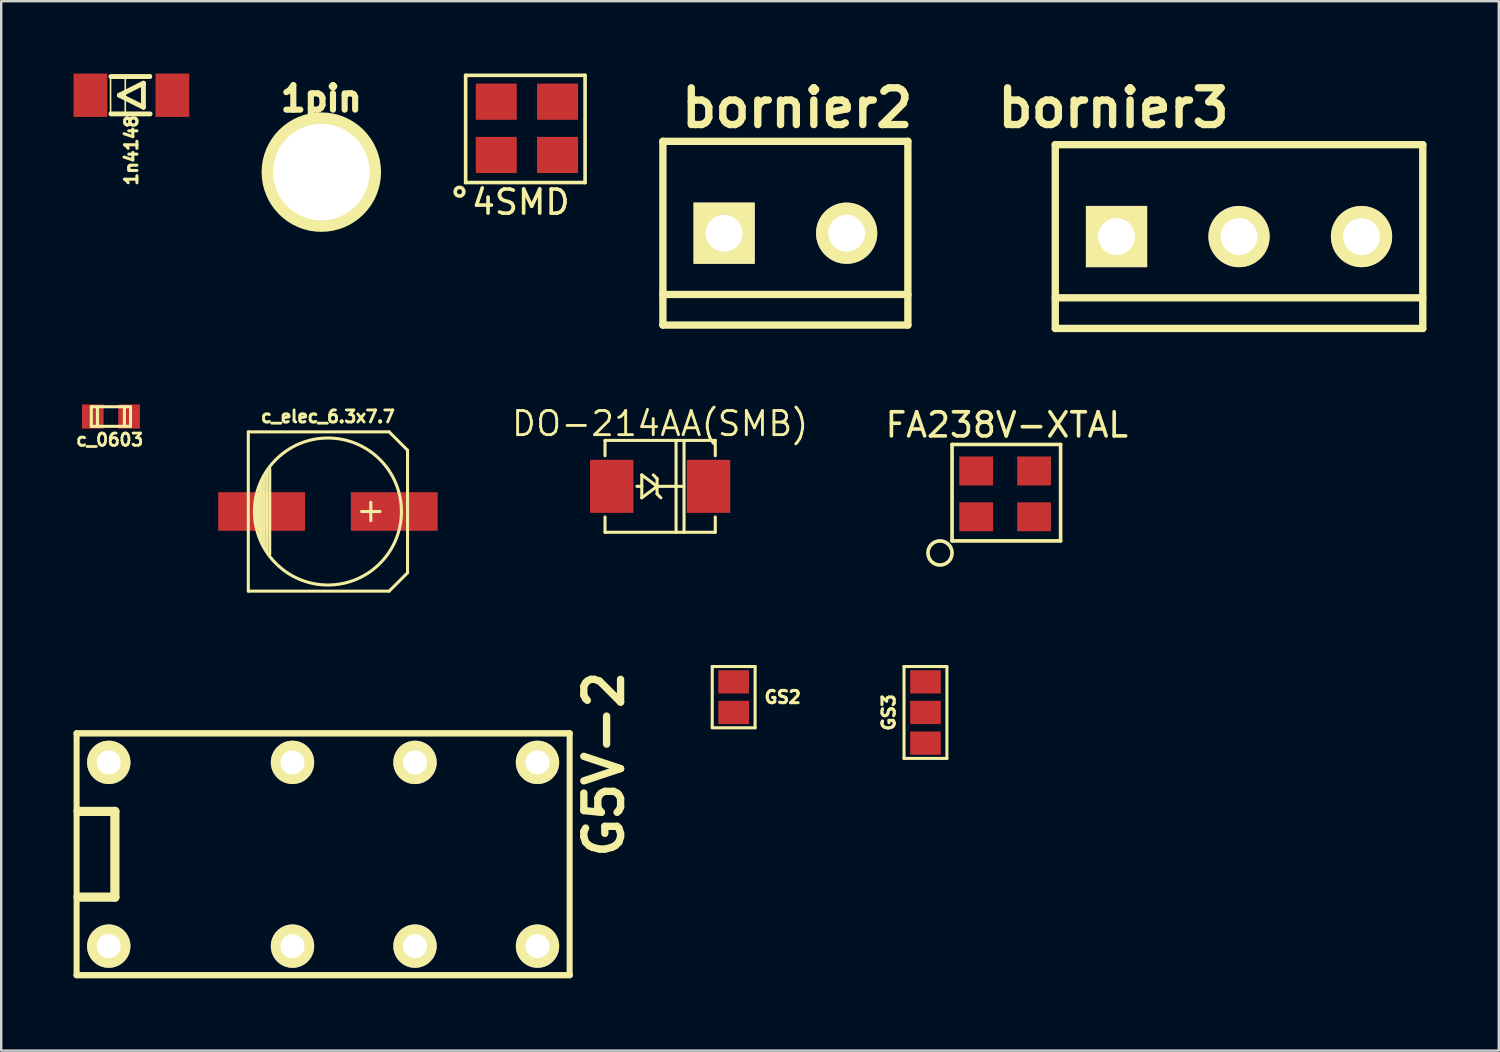
<source format=kicad_pcb>
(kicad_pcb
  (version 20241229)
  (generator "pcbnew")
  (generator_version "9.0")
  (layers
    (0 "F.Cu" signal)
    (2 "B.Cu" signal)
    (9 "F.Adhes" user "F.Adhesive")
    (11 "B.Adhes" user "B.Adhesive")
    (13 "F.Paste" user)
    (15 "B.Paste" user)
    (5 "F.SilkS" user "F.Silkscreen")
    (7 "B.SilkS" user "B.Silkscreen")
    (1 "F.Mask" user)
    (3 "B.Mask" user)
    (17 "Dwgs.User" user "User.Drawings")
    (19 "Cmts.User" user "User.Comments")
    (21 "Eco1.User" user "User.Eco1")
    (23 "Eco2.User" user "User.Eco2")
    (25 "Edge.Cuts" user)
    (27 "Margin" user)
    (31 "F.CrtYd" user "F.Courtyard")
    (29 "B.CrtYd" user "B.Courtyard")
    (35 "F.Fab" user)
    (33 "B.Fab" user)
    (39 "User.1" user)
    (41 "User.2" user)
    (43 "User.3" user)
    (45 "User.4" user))
  (footprint "G5V-2"
    (layer "F.Cu")
    (at 10.604 32.376)
    (property "Reference" "G5V-2" (at 11.392 -3.734 90) (layer "F.SilkS") (effects (font (size 1.524 1.524) (thickness 0.305))))
    (attr through_hole)
    (fp_line (start -10.477 5.016) (end -10.477 -5.016) (stroke (width 0.249) (type solid)) (layer "F.SilkS"))
    (fp_line (start -10.414 -1.778) (end -8.89 -1.778) (stroke (width 0.381) (type solid)) (layer "F.SilkS"))
    (fp_line (start -8.89 -1.778) (end -8.89 1.778) (stroke (width 0.381) (type solid)) (layer "F.SilkS"))
    (fp_line (start -8.89 1.778) (end -10.414 1.778) (stroke (width 0.381) (type solid)) (layer "F.SilkS"))
    (fp_line (start 9.97 -5.016) (end -10.477 -5.016) (stroke (width 0.249) (type solid)) (layer "F.SilkS"))
    (fp_line (start 9.97 -5.016) (end -10.477 -5.016) (stroke (width 0.249) (type solid)) (layer "F.SilkS"))
    (fp_line (start 9.97 5.016) (end -10.477 5.016) (stroke (width 0.249) (type solid)) (layer "F.SilkS"))
    (fp_line (start 9.97 5.016) (end -10.477 5.016) (stroke (width 0.249) (type solid)) (layer "F.SilkS"))
    (fp_line (start 9.97 5.016) (end 9.97 -5.016) (stroke (width 0.249) (type solid)) (layer "F.SilkS"))
    (pad "1" thru_hole circle (at -9.144 3.81) (size 1.798 1.798) (drill 0.996) (layers "*.Cu" "*.Mask" "F.SilkS"))
    (pad "4" thru_hole circle (at -1.524 3.81) (size 1.798 1.798) (drill 0.996) (layers "*.Cu" "*.Mask" "F.SilkS"))
    (pad "6" thru_hole circle (at 3.556 3.81) (size 1.798 1.798) (drill 0.996) (layers "*.Cu" "*.Mask" "F.SilkS"))
    (pad "8" thru_hole circle (at 8.636 3.81) (size 1.798 1.798) (drill 0.996) (layers "*.Cu" "*.Mask" "F.SilkS"))
    (pad "9" thru_hole circle (at 8.636 -3.81) (size 1.798 1.798) (drill 0.996) (layers "*.Cu" "*.Mask" "F.SilkS"))
    (pad "11" thru_hole circle (at 3.556 -3.81) (size 1.798 1.798) (drill 0.996) (layers "*.Cu" "*.Mask" "F.SilkS"))
    (pad "13" thru_hole circle (at -1.524 -3.81) (size 1.798 1.798) (drill 0.996) (layers "*.Cu" "*.Mask" "F.SilkS"))
    (pad "16" thru_hole circle (at -9.144 -3.81) (size 1.798 1.798) (drill 0.996) (layers "*.Cu" "*.Mask" "F.SilkS")))
  (footprint "GS2"
    (layer "F.Cu")
    (at 27.375 25.861)
    (property "Reference" "GS2" (at 2.032 0 0) (layer "F.SilkS") (effects (font (size 0.508 0.508) (thickness 0.127))))
    (attr exclude_from_pos_files exclude_from_bom)
    (fp_line (start -0.889 -1.27) (end -0.889 1.27) (stroke (width 0.127) (type solid)) (layer "F.SilkS"))
    (fp_line (start -0.889 -1.27) (end 0.889 -1.27) (stroke (width 0.127) (type solid)) (layer "F.SilkS"))
    (fp_line (start 0.889 1.27) (end -0.889 1.27) (stroke (width 0.127) (type solid)) (layer "F.SilkS"))
    (fp_line (start 0.889 1.27) (end 0.889 -1.27) (stroke (width 0.127) (type solid)) (layer "F.SilkS"))
    (pad "1" smd rect (at 0 -0.635) (size 1.27 0.965) (layers "F.Cu" "F.Mask" "F.Paste"))
    (pad "2" smd rect (at 0 0.635) (size 1.27 0.965) (layers "F.Cu" "F.Mask" "F.Paste")))
  (footprint "bornier2"
    (layer "F.Cu")
    (at 29.52 6.621)
    (property "Reference" "bornier2" (at 0.489 -5.195 0) (layer "F.SilkS") (effects (font (size 1.524 1.524) (thickness 0.305))))
    (attr through_hole)
    (fp_line (start -5.08 -3.81) (end -5.08 3.81) (stroke (width 0.305) (type solid)) (layer "F.SilkS"))
    (fp_line (start -5.08 3.81) (end 5.08 3.81) (stroke (width 0.305) (type solid)) (layer "F.SilkS"))
    (fp_line (start 5.08 -3.81) (end -5.08 -3.81) (stroke (width 0.305) (type solid)) (layer "F.SilkS"))
    (fp_line (start 5.08 2.54) (end -5.08 2.54) (stroke (width 0.305) (type solid)) (layer "F.SilkS"))
    (fp_line (start 5.08 3.81) (end 5.08 -3.81) (stroke (width 0.305) (type solid)) (layer "F.SilkS"))
    (pad "1" thru_hole rect (at -2.54 0) (size 2.54 2.54) (drill 1.524) (layers "*.Cu" "*.Mask" "F.SilkS"))
    (pad "2" thru_hole circle (at 2.54 0) (size 2.54 2.54) (drill 1.524) (layers "*.Cu" "*.Mask" "F.SilkS")))
  (footprint "c_0603"
    (layer "F.Cu")
    (at 1.55 14.223)
    (property "Reference" "c_0603" (at -0.051 0.965 0) (layer "F.SilkS") (effects (font (size 0.508 0.508) (thickness 0.114))))
    (attr through_hole)
    (fp_line (start -0.813 -0.406) (end 0.813 -0.406) (stroke (width 0.127) (type solid)) (layer "F.SilkS"))
    (fp_line (start -0.813 0.406) (end -0.813 -0.406) (stroke (width 0.127) (type solid)) (layer "F.SilkS"))
    (fp_line (start -0.559 -0.381) (end -0.559 0.406) (stroke (width 0.127) (type solid)) (layer "F.SilkS"))
    (fp_line (start 0.559 0.406) (end 0.559 -0.406) (stroke (width 0.127) (type solid)) (layer "F.SilkS"))
    (fp_line (start 0.813 -0.406) (end 0.813 0.406) (stroke (width 0.127) (type solid)) (layer "F.SilkS"))
    (fp_line (start 0.813 0.406) (end -0.813 0.406) (stroke (width 0.127) (type solid)) (layer "F.SilkS"))
    (pad "1" smd rect (at 0.752 0) (size 0.899 1.001) (layers "F.Cu" "F.Mask" "F.Paste"))
    (pad "2" smd rect (at -0.752 0) (size 0.899 1.001) (layers "F.Cu" "F.Mask" "F.Paste")))
  (footprint "1n4148"
    (layer "F.Cu")
    (at 2.399 0.899)
    (property "Reference" "1n4148" (at 0 2.286 90) (layer "F.SilkS") (effects (font (size 0.508 0.508) (thickness 0.127))))
    (attr smd)
    (fp_line (start -0.864 -0.787) (end -0.254 -0.787) (stroke (width 0.066) (type solid)) (layer "F.SilkS"))
    (fp_line (start -0.864 0.787) (end -0.864 -0.787) (stroke (width 0.066) (type solid)) (layer "F.SilkS"))
    (fp_line (start -0.864 0.787) (end -0.254 0.787) (stroke (width 0.066) (type solid)) (layer "F.SilkS"))
    (fp_line (start -0.851 -0.775) (end 0.749 -0.775) (stroke (width 0.203) (type solid)) (layer "F.SilkS"))
    (fp_line (start -0.851 0.775) (end 0.775 0.775) (stroke (width 0.203) (type solid)) (layer "F.SilkS"))
    (fp_line (start -0.498 0) (end 0.498 0.498) (stroke (width 0.203) (type solid)) (layer "F.SilkS"))
    (fp_line (start -0.254 0.787) (end -0.254 -0.787) (stroke (width 0.066) (type solid)) (layer "F.SilkS"))
    (fp_line (start 0.498 -0.498) (end -0.498 0) (stroke (width 0.203) (type solid)) (layer "F.SilkS"))
    (fp_line (start 0.498 0.498) (end 0.498 -0.498) (stroke (width 0.203) (type solid)) (layer "F.SilkS"))
    (fp_line (start 0.749 -0.775) (end 0.762 -0.775) (stroke (width 0.203) (type solid)) (layer "F.SilkS"))
    (pad "1" smd rect (at 1.699 0) (size 1.4 1.798) (layers "F.Cu" "F.Mask" "F.Paste"))
    (pad "2" smd rect (at -1.699 0) (size 1.4 1.798) (layers "F.Cu" "F.Mask" "F.Paste")))
  (footprint "DO-214AA(SMB)"
    (layer "F.Cu")
    (at 24.326 17.119)
    (property "Reference" "DO-214AA(SMB)" (at 0 -2.601 0) (layer "F.SilkS") (effects (font (size 1.001 1.001) (thickness 0.119))))
    (attr smd)
    (fp_line (start -2.286 -1.905) (end 2.286 -1.905) (stroke (width 0.127) (type solid)) (layer "F.SilkS"))
    (fp_line (start -2.286 -1.27) (end -2.286 -1.905) (stroke (width 0.127) (type solid)) (layer "F.SilkS"))
    (fp_line (start -2.286 1.27) (end -2.286 1.905) (stroke (width 0.127) (type solid)) (layer "F.SilkS"))
    (fp_line (start -2.286 1.905) (end 2.286 1.905) (stroke (width 0.127) (type solid)) (layer "F.SilkS"))
    (fp_line (start -0.762 -0.475) (end -0.762 0) (stroke (width 0.127) (type solid)) (layer "F.SilkS"))
    (fp_line (start -0.762 0) (end -0.965 0) (stroke (width 0.127) (type solid)) (layer "F.SilkS"))
    (fp_line (start -0.762 0) (end -0.762 0.475) (stroke (width 0.127) (type solid)) (layer "F.SilkS"))
    (fp_line (start -0.762 0.475) (end -0.127 0) (stroke (width 0.127) (type solid)) (layer "F.SilkS"))
    (fp_line (start -0.127 -0.318) (end -0.284 -0.475) (stroke (width 0.127) (type solid)) (layer "F.SilkS"))
    (fp_line (start -0.127 0) (end -0.762 -0.475) (stroke (width 0.127) (type solid)) (layer "F.SilkS"))
    (fp_line (start -0.127 0) (end -0.127 -0.318) (stroke (width 0.127) (type solid)) (layer "F.SilkS"))
    (fp_line (start -0.127 0) (end -0.127 0.318) (stroke (width 0.127) (type solid)) (layer "F.SilkS"))
    (fp_line (start -0.127 0) (end 0.983 0) (stroke (width 0.127) (type solid)) (layer "F.SilkS"))
    (fp_line (start -0.127 0.318) (end 0.03 0.475) (stroke (width 0.127) (type solid)) (layer "F.SilkS"))
    (fp_line (start 0.66 1.905) (end 0.66 -1.905) (stroke (width 0.127) (type solid)) (layer "F.SilkS"))
    (fp_line (start 0.991 1.905) (end 0.991 -1.905) (stroke (width 0.127) (type solid)) (layer "F.SilkS"))
    (fp_line (start 2.286 -1.905) (end 2.286 -1.27) (stroke (width 0.127) (type solid)) (layer "F.SilkS"))
    (fp_line (start 2.286 1.905) (end 2.286 1.27) (stroke (width 0.127) (type solid)) (layer "F.SilkS"))
    (pad "1" smd rect (at -2.007 0) (size 1.801 2.2) (layers "F.Cu" "F.Mask" "F.Paste"))
    (pad "2" smd rect (at 2.007 0) (size 1.801 2.2) (layers "F.Cu" "F.Mask" "F.Paste")))
  (footprint "FA238V-XTAL"
    (layer "F.Cu")
    (at 37.432 18.381)
    (property "Reference" "FA238V-XTAL" (at 1.27 -3.81 0) (layer "F.SilkS") (effects (font (size 1 1) (thickness 0.15))))
    (attr through_hole)
    (fp_line (start -1 -3) (end -1 1) (stroke (width 0.15) (type solid)) (layer "F.SilkS"))
    (fp_line (start -1 1) (end 3.5 1) (stroke (width 0.15) (type solid)) (layer "F.SilkS"))
    (fp_line (start 3.5 -3) (end -1 -3) (stroke (width 0.15) (type solid)) (layer "F.SilkS"))
    (fp_line (start 3.5 1) (end 3.5 -3) (stroke (width 0.15) (type solid)) (layer "F.SilkS"))
    (fp_circle (center -1.5 1.5) (end -1.5 1) (stroke (width 0.15) (type solid)) (fill no) (layer "F.SilkS"))
    (pad "1" smd rect (at 0 0) (size 1.4 1.2) (layers "F.Cu" "F.Mask" "F.Paste"))
    (pad "2" smd rect (at 2.4 0) (size 1.4 1.2) (layers "F.Cu" "F.Mask" "F.Paste"))
    (pad "3" smd rect (at 2.4 -1.9) (size 1.4 1.2) (layers "F.Cu" "F.Mask" "F.Paste"))
    (pad "4" smd rect (at 0 -1.9) (size 1.4 1.2) (layers "F.Cu" "F.Mask" "F.Paste")))
  (footprint "bornier3"
    (layer "F.Cu")
    (at 48.332 6.76)
    (property "Reference" "bornier3" (at -5.207 -5.334 0) (layer "F.SilkS") (effects (font (size 1.524 1.524) (thickness 0.305))))
    (attr through_hole)
    (fp_line (start -7.62 -3.81) (end 7.62 -3.81) (stroke (width 0.305) (type solid)) (layer "F.SilkS"))
    (fp_line (start -7.62 2.54) (end 7.62 2.54) (stroke (width 0.305) (type solid)) (layer "F.SilkS"))
    (fp_line (start -7.62 3.81) (end -7.62 -3.81) (stroke (width 0.305) (type solid)) (layer "F.SilkS"))
    (fp_line (start -7.62 3.81) (end 7.62 3.81) (stroke (width 0.305) (type solid)) (layer "F.SilkS"))
    (fp_line (start 7.62 3.81) (end 7.62 -3.81) (stroke (width 0.305) (type solid)) (layer "F.SilkS"))
    (pad "1" thru_hole rect (at -5.08 0) (size 2.54 2.54) (drill 1.524) (layers "*.Cu" "*.Mask" "F.SilkS"))
    (pad "2" thru_hole circle (at 0 0) (size 2.54 2.54) (drill 1.524) (layers "*.Cu" "*.Mask" "F.SilkS"))
    (pad "3" thru_hole circle (at 5.08 0) (size 2.54 2.54) (drill 1.524) (layers "*.Cu" "*.Mask" "F.SilkS")))
  (footprint "GS3"
    (layer "F.Cu")
    (at 35.329 26.496)
    (property "Reference" "GS3" (at -1.524 0 90) (layer "F.SilkS") (effects (font (size 0.508 0.508) (thickness 0.15))))
    (attr exclude_from_pos_files exclude_from_bom)
    (fp_line (start -0.889 -1.905) (end -0.889 1.905) (stroke (width 0.127) (type solid)) (layer "F.SilkS"))
    (fp_line (start -0.889 -1.905) (end 0.889 -1.905) (stroke (width 0.127) (type solid)) (layer "F.SilkS"))
    (fp_line (start -0.889 1.905) (end 0.889 1.905) (stroke (width 0.127) (type solid)) (layer "F.SilkS"))
    (fp_line (start 0.889 1.905) (end 0.889 -1.905) (stroke (width 0.127) (type solid)) (layer "F.SilkS"))
    (pad "1" smd rect (at 0 -1.27) (size 1.27 0.965) (layers "F.Cu" "F.Mask" "F.Paste"))
    (pad "2" smd rect (at 0 0) (size 1.27 0.965) (layers "F.Cu" "F.Mask" "F.Paste"))
    (pad "3" smd rect (at 0 1.27) (size 1.27 0.965) (layers "F.Cu" "F.Mask" "F.Paste")))
  (footprint "1pin"
    (layer "F.Cu")
    (at 10.275 4.088)
    (property "Reference" "1pin" (at 0 -3.048 0) (layer "F.SilkS") (effects (font (size 1.016 1.016) (thickness 0.254))))
    (attr through_hole)
    (fp_circle (center 0 0) (end 0 -2.286) (stroke (width 0.381) (type solid)) (fill no) (layer "F.SilkS"))
    (pad "1" thru_hole circle (at 0 0) (size 4.5 4.5) (drill 4) (layers "*.Cu" "*.Mask" "F.SilkS")))
  (footprint "4SMD"
    (layer "F.Cu")
    (at 17.53 3.377)
    (property "Reference" "4SMD" (at 1.016 1.956 0) (layer "F.SilkS") (effects (font (size 1 1) (thickness 0.15))))
    (attr through_hole)
    (fp_line (start -1.27 -3.302) (end -1.27 1.143) (stroke (width 0.15) (type solid)) (layer "F.SilkS"))
    (fp_line (start -1.27 1.143) (end 3.683 1.143) (stroke (width 0.15) (type solid)) (layer "F.SilkS"))
    (fp_line (start 3.683 -3.302) (end -1.27 -3.302) (stroke (width 0.15) (type solid)) (layer "F.SilkS"))
    (fp_line (start 3.683 1.143) (end 3.683 -3.302) (stroke (width 0.15) (type solid)) (layer "F.SilkS"))
    (fp_circle (center -1.524 1.524) (end -1.397 1.651) (stroke (width 0.15) (type solid)) (fill no) (layer "F.SilkS"))
    (pad "1" smd rect (at 0 0) (size 1.7 1.5) (layers "F.Cu" "F.Mask" "F.Paste"))
    (pad "2" smd rect (at 2.54 0) (size 1.7 1.5) (layers "F.Cu" "F.Mask" "F.Paste"))
    (pad "3" smd rect (at 2.54 -2.21) (size 1.7 1.5) (layers "F.Cu" "F.Mask" "F.Paste"))
    (pad "4" smd rect (at 0 -2.21) (size 1.7 1.5) (layers "F.Cu" "F.Mask" "F.Paste")))
  (footprint "c_elec_6.3x7.7"
    (layer "F.Cu")
    (at 10.549 18.162)
    (property "Reference" "c_elec_6.3x7.7" (at 0 -3.937 0) (layer "F.SilkS") (effects (font (size 0.5 0.5) (thickness 0.119))))
    (attr through_hole)
    (fp_line (start -3.302 -3.302) (end -3.302 3.302) (stroke (width 0.127) (type solid)) (layer "F.SilkS"))
    (fp_line (start -3.302 3.302) (end 2.54 3.302) (stroke (width 0.127) (type solid)) (layer "F.SilkS"))
    (fp_line (start -2.921 -0.762) (end -2.921 0.762) (stroke (width 0.127) (type solid)) (layer "F.SilkS"))
    (fp_line (start -2.794 1.143) (end -2.794 -1.143) (stroke (width 0.127) (type solid)) (layer "F.SilkS"))
    (fp_line (start -2.667 -1.397) (end -2.667 1.397) (stroke (width 0.127) (type solid)) (layer "F.SilkS"))
    (fp_line (start -2.54 1.651) (end -2.54 -1.651) (stroke (width 0.127) (type solid)) (layer "F.SilkS"))
    (fp_line (start -2.413 -1.778) (end -2.413 1.778) (stroke (width 0.127) (type solid)) (layer "F.SilkS"))
    (fp_line (start 1.778 -0.381) (end 1.778 0.381) (stroke (width 0.127) (type solid)) (layer "F.SilkS"))
    (fp_line (start 2.159 0) (end 1.397 0) (stroke (width 0.127) (type solid)) (layer "F.SilkS"))
    (fp_line (start 2.54 -3.302) (end -3.302 -3.302) (stroke (width 0.127) (type solid)) (layer "F.SilkS"))
    (fp_line (start 2.54 3.302) (end 3.302 2.54) (stroke (width 0.127) (type solid)) (layer "F.SilkS"))
    (fp_line (start 3.302 -2.54) (end 2.54 -3.302) (stroke (width 0.127) (type solid)) (layer "F.SilkS"))
    (fp_line (start 3.302 2.54) (end 3.302 -2.54) (stroke (width 0.127) (type solid)) (layer "F.SilkS"))
    (fp_circle (center 0 0) (end -3.048 0) (stroke (width 0.127) (type solid)) (fill no) (layer "F.SilkS"))
    (pad "1" smd rect (at 2.751 0) (size 3.599 1.6) (layers "F.Cu" "F.Mask" "F.Paste"))
    (pad "2" smd rect (at -2.751 0) (size 3.599 1.6) (layers "F.Cu" "F.Mask" "F.Paste")))
  (gr_rect
    (start -3 -3)
    (end 59.105 40.517)
    (stroke (width 0.1) (type default))
    (fill no)
    (layer "Edge.Cuts")))
</source>
